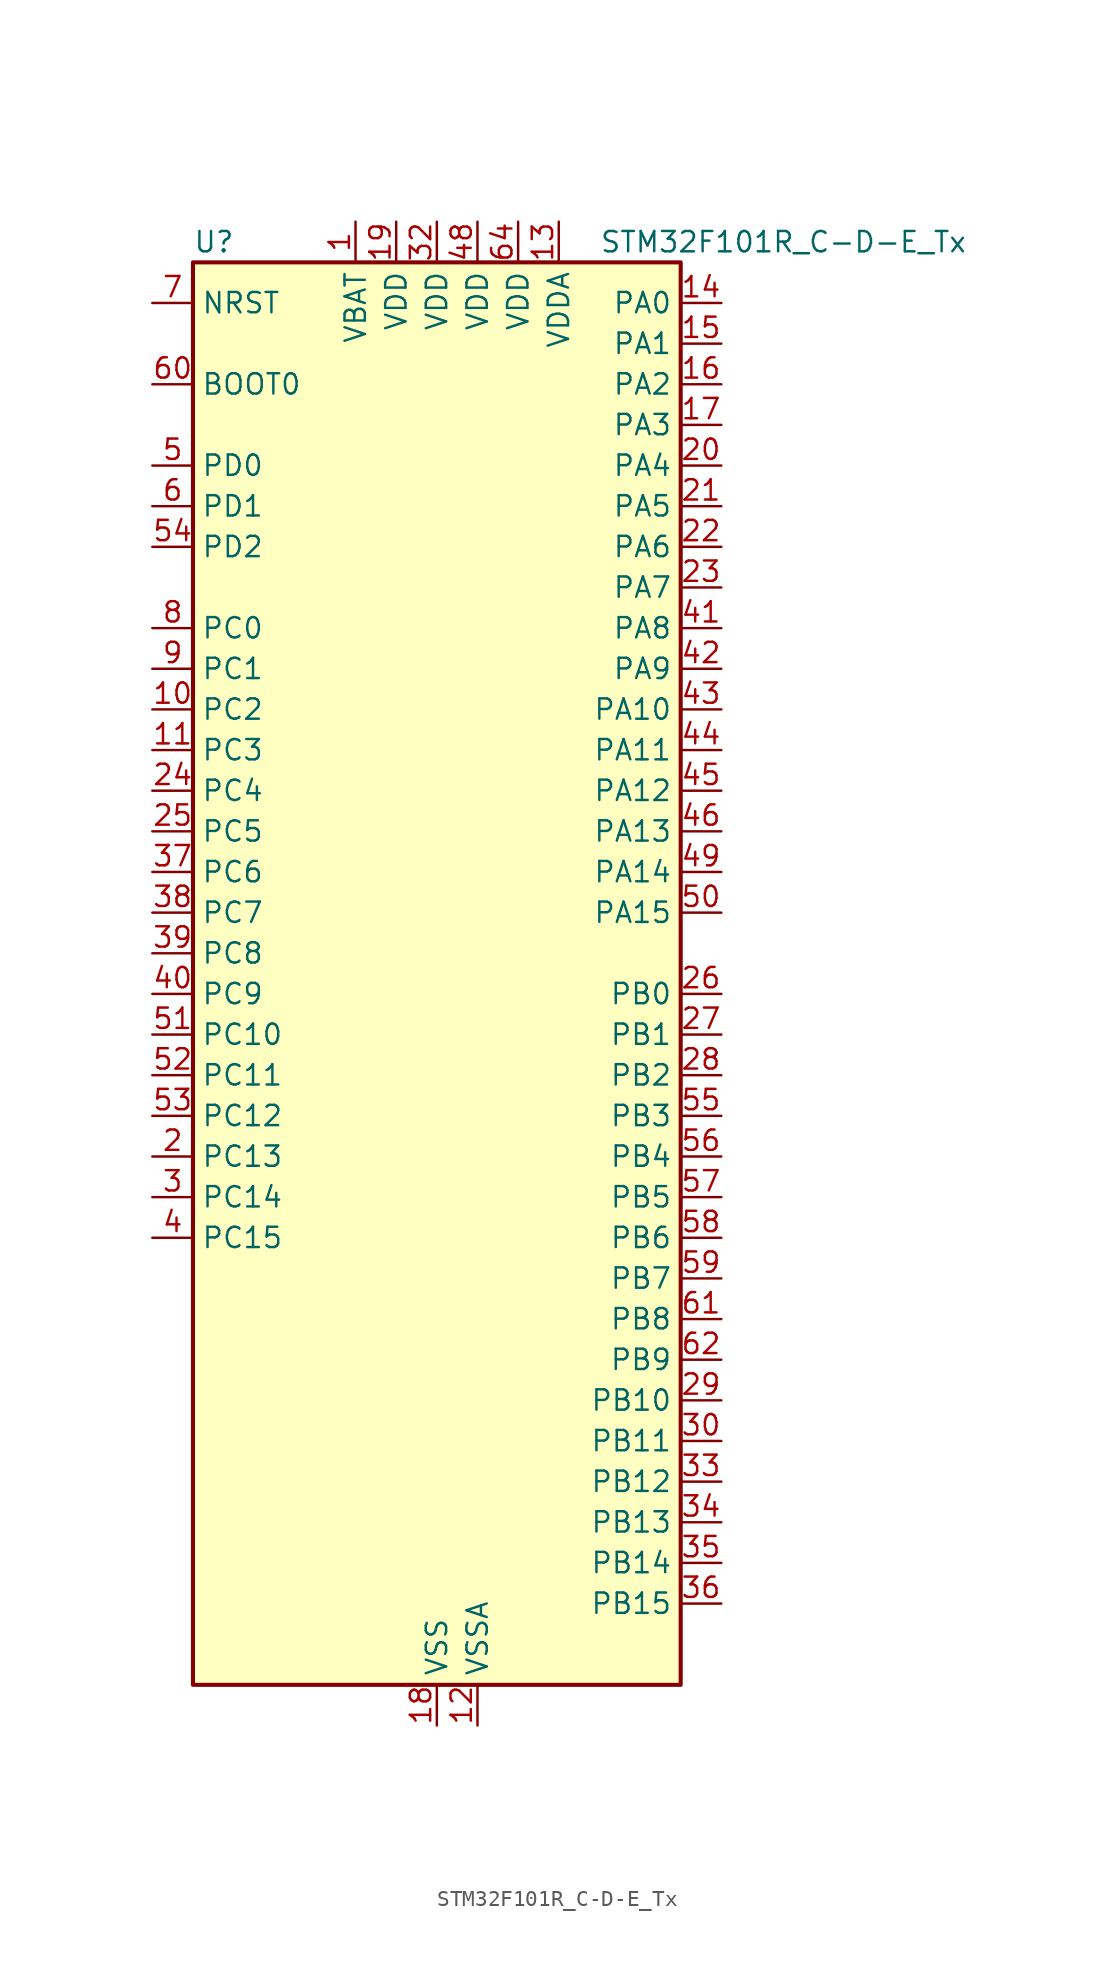
<source format=kicad_sym>
(kicad_symbol_lib
  (version 20220914)
  (generator kicad_symbol_editor)
  (symbol "STM32F101R_C-D-E_Tx"
    (property "Reference" "U"
      (at -15.24 46.99 0)
      (effects (font (size 1.27 1.27)) (justify left)))
    (property "Value" "STM32F101R_C-D-E_Tx"
      (at 10.16 46.99 0)
      (effects (font (size 1.27 1.27)) (justify left)))
    (property "ki_locked" ""
      (at 0 0 0)
      (effects (font (size 1.27 1.27))))
    (symbol "STM32F101R_C-D-E_Tx_0_1"
      (rectangle (start -15.24 -43.18) (end 15.24 45.72) (stroke (width 0.254) (type default)) (fill (type background))))
    (symbol "STM32F101R_C-D-E_Tx_1_1"
      (pin power_in line (at -5.08 48.26 270) (length 2.54) (name "VBAT" (effects (font (size 1.27 1.27)))) (number "1" (effects (font (size 1.27 1.27)))))
      (pin bidirectional line (at -17.78 17.78 0) (length 2.54) (name "PC2" (effects (font (size 1.27 1.27)))) (number "10" (effects (font (size 1.27 1.27)))) (alternate "ADC1_IN12" bidirectional line))
      (pin bidirectional line (at -17.78 15.24 0) (length 2.54) (name "PC3" (effects (font (size 1.27 1.27)))) (number "11" (effects (font (size 1.27 1.27)))) (alternate "ADC1_IN13" bidirectional line))
      (pin power_in line (at 2.54 -45.72 90) (length 2.54) (name "VSSA" (effects (font (size 1.27 1.27)))) (number "12" (effects (font (size 1.27 1.27)))))
      (pin power_in line (at 7.62 48.26 270) (length 2.54) (name "VDDA" (effects (font (size 1.27 1.27)))) (number "13" (effects (font (size 1.27 1.27)))))
      (pin bidirectional line (at 17.78 43.18 180) (length 2.54) (name "PA0" (effects (font (size 1.27 1.27)))) (number "14" (effects (font (size 1.27 1.27)))) (alternate "ADC1_IN0" bidirectional line) (alternate "SYS_WKUP" bidirectional line) (alternate "TIM2_CH1" bidirectional line) (alternate "TIM2_ETR" bidirectional line) (alternate "TIM5_CH1" bidirectional line) (alternate "USART2_CTS" bidirectional line))
      (pin bidirectional line (at 17.78 40.64 180) (length 2.54) (name "PA1" (effects (font (size 1.27 1.27)))) (number "15" (effects (font (size 1.27 1.27)))) (alternate "ADC1_IN1" bidirectional line) (alternate "TIM2_CH2" bidirectional line) (alternate "TIM5_CH2" bidirectional line) (alternate "USART2_RTS" bidirectional line))
      (pin bidirectional line (at 17.78 38.1 180) (length 2.54) (name "PA2" (effects (font (size 1.27 1.27)))) (number "16" (effects (font (size 1.27 1.27)))) (alternate "ADC1_IN2" bidirectional line) (alternate "TIM2_CH3" bidirectional line) (alternate "TIM5_CH3" bidirectional line) (alternate "USART2_TX" bidirectional line))
      (pin bidirectional line (at 17.78 35.56 180) (length 2.54) (name "PA3" (effects (font (size 1.27 1.27)))) (number "17" (effects (font (size 1.27 1.27)))) (alternate "ADC1_IN3" bidirectional line) (alternate "TIM2_CH4" bidirectional line) (alternate "TIM5_CH4" bidirectional line) (alternate "USART2_RX" bidirectional line))
      (pin power_in line (at 0 -45.72 90) (length 2.54) (name "VSS" (effects (font (size 1.27 1.27)))) (number "18" (effects (font (size 1.27 1.27)))))
      (pin power_in line (at -2.54 48.26 270) (length 2.54) (name "VDD" (effects (font (size 1.27 1.27)))) (number "19" (effects (font (size 1.27 1.27)))))
      (pin bidirectional line (at -17.78 -10.16 0) (length 2.54) (name "PC13" (effects (font (size 1.27 1.27)))) (number "2" (effects (font (size 1.27 1.27)))) (alternate "RTC_OUT" bidirectional line) (alternate "RTC_TAMPER" bidirectional line))
      (pin bidirectional line (at 17.78 33.02 180) (length 2.54) (name "PA4" (effects (font (size 1.27 1.27)))) (number "20" (effects (font (size 1.27 1.27)))) (alternate "ADC1_IN4" bidirectional line) (alternate "DAC_OUT1" bidirectional line) (alternate "SPI1_NSS" bidirectional line) (alternate "USART2_CK" bidirectional line))
      (pin bidirectional line (at 17.78 30.48 180) (length 2.54) (name "PA5" (effects (font (size 1.27 1.27)))) (number "21" (effects (font (size 1.27 1.27)))) (alternate "ADC1_IN5" bidirectional line) (alternate "DAC_OUT2" bidirectional line) (alternate "SPI1_SCK" bidirectional line))
      (pin bidirectional line (at 17.78 27.94 180) (length 2.54) (name "PA6" (effects (font (size 1.27 1.27)))) (number "22" (effects (font (size 1.27 1.27)))) (alternate "ADC1_IN6" bidirectional line) (alternate "SPI1_MISO" bidirectional line) (alternate "TIM3_CH1" bidirectional line))
      (pin bidirectional line (at 17.78 25.4 180) (length 2.54) (name "PA7" (effects (font (size 1.27 1.27)))) (number "23" (effects (font (size 1.27 1.27)))) (alternate "ADC1_IN7" bidirectional line) (alternate "SPI1_MOSI" bidirectional line) (alternate "TIM3_CH2" bidirectional line))
      (pin bidirectional line (at -17.78 12.7 0) (length 2.54) (name "PC4" (effects (font (size 1.27 1.27)))) (number "24" (effects (font (size 1.27 1.27)))) (alternate "ADC1_IN14" bidirectional line))
      (pin bidirectional line (at -17.78 10.16 0) (length 2.54) (name "PC5" (effects (font (size 1.27 1.27)))) (number "25" (effects (font (size 1.27 1.27)))) (alternate "ADC1_IN15" bidirectional line))
      (pin bidirectional line (at 17.78 0 180) (length 2.54) (name "PB0" (effects (font (size 1.27 1.27)))) (number "26" (effects (font (size 1.27 1.27)))) (alternate "ADC1_IN8" bidirectional line) (alternate "TIM3_CH3" bidirectional line))
      (pin bidirectional line (at 17.78 -2.54 180) (length 2.54) (name "PB1" (effects (font (size 1.27 1.27)))) (number "27" (effects (font (size 1.27 1.27)))) (alternate "ADC1_IN9" bidirectional line) (alternate "TIM3_CH4" bidirectional line))
      (pin bidirectional line (at 17.78 -5.08 180) (length 2.54) (name "PB2" (effects (font (size 1.27 1.27)))) (number "28" (effects (font (size 1.27 1.27)))))
      (pin bidirectional line (at 17.78 -25.4 180) (length 2.54) (name "PB10" (effects (font (size 1.27 1.27)))) (number "29" (effects (font (size 1.27 1.27)))) (alternate "I2C2_SCL" bidirectional line) (alternate "TIM2_CH3" bidirectional line) (alternate "USART3_TX" bidirectional line))
      (pin bidirectional line (at -17.78 -12.7 0) (length 2.54) (name "PC14" (effects (font (size 1.27 1.27)))) (number "3" (effects (font (size 1.27 1.27)))) (alternate "RCC_OSC32_IN" bidirectional line))
      (pin bidirectional line (at 17.78 -27.94 180) (length 2.54) (name "PB11" (effects (font (size 1.27 1.27)))) (number "30" (effects (font (size 1.27 1.27)))) (alternate "ADC1_EXTI11" bidirectional line) (alternate "I2C2_SDA" bidirectional line) (alternate "TIM2_CH4" bidirectional line) (alternate "USART3_RX" bidirectional line))
      (pin passive line (at 0 -45.72 90) (length 2.54) hide (name "VSS" (effects (font (size 1.27 1.27)))) (number "31" (effects (font (size 1.27 1.27)))))
      (pin power_in line (at 0 48.26 270) (length 2.54) (name "VDD" (effects (font (size 1.27 1.27)))) (number "32" (effects (font (size 1.27 1.27)))))
      (pin bidirectional line (at 17.78 -30.48 180) (length 2.54) (name "PB12" (effects (font (size 1.27 1.27)))) (number "33" (effects (font (size 1.27 1.27)))) (alternate "I2C2_SMBA" bidirectional line) (alternate "SPI2_NSS" bidirectional line) (alternate "USART3_CK" bidirectional line))
      (pin bidirectional line (at 17.78 -33.02 180) (length 2.54) (name "PB13" (effects (font (size 1.27 1.27)))) (number "34" (effects (font (size 1.27 1.27)))) (alternate "SPI2_SCK" bidirectional line) (alternate "USART3_CTS" bidirectional line))
      (pin bidirectional line (at 17.78 -35.56 180) (length 2.54) (name "PB14" (effects (font (size 1.27 1.27)))) (number "35" (effects (font (size 1.27 1.27)))) (alternate "SPI2_MISO" bidirectional line) (alternate "USART3_RTS" bidirectional line))
      (pin bidirectional line (at 17.78 -38.1 180) (length 2.54) (name "PB15" (effects (font (size 1.27 1.27)))) (number "36" (effects (font (size 1.27 1.27)))) (alternate "ADC1_EXTI15" bidirectional line) (alternate "SPI2_MOSI" bidirectional line))
      (pin bidirectional line (at -17.78 7.62 0) (length 2.54) (name "PC6" (effects (font (size 1.27 1.27)))) (number "37" (effects (font (size 1.27 1.27)))) (alternate "TIM3_CH1" bidirectional line))
      (pin bidirectional line (at -17.78 5.08 0) (length 2.54) (name "PC7" (effects (font (size 1.27 1.27)))) (number "38" (effects (font (size 1.27 1.27)))) (alternate "TIM3_CH2" bidirectional line))
      (pin bidirectional line (at -17.78 2.54 0) (length 2.54) (name "PC8" (effects (font (size 1.27 1.27)))) (number "39" (effects (font (size 1.27 1.27)))) (alternate "TIM3_CH3" bidirectional line))
      (pin bidirectional line (at -17.78 -15.24 0) (length 2.54) (name "PC15" (effects (font (size 1.27 1.27)))) (number "4" (effects (font (size 1.27 1.27)))) (alternate "ADC1_EXTI15" bidirectional line) (alternate "RCC_OSC32_OUT" bidirectional line))
      (pin bidirectional line (at -17.78 0 0) (length 2.54) (name "PC9" (effects (font (size 1.27 1.27)))) (number "40" (effects (font (size 1.27 1.27)))) (alternate "DAC_EXTI9" bidirectional line) (alternate "TIM3_CH4" bidirectional line))
      (pin bidirectional line (at 17.78 22.86 180) (length 2.54) (name "PA8" (effects (font (size 1.27 1.27)))) (number "41" (effects (font (size 1.27 1.27)))) (alternate "RCC_MCO" bidirectional line) (alternate "USART1_CK" bidirectional line))
      (pin bidirectional line (at 17.78 20.32 180) (length 2.54) (name "PA9" (effects (font (size 1.27 1.27)))) (number "42" (effects (font (size 1.27 1.27)))) (alternate "DAC_EXTI9" bidirectional line) (alternate "USART1_TX" bidirectional line))
      (pin bidirectional line (at 17.78 17.78 180) (length 2.54) (name "PA10" (effects (font (size 1.27 1.27)))) (number "43" (effects (font (size 1.27 1.27)))) (alternate "USART1_RX" bidirectional line))
      (pin bidirectional line (at 17.78 15.24 180) (length 2.54) (name "PA11" (effects (font (size 1.27 1.27)))) (number "44" (effects (font (size 1.27 1.27)))) (alternate "ADC1_EXTI11" bidirectional line) (alternate "USART1_CTS" bidirectional line))
      (pin bidirectional line (at 17.78 12.7 180) (length 2.54) (name "PA12" (effects (font (size 1.27 1.27)))) (number "45" (effects (font (size 1.27 1.27)))) (alternate "USART1_RTS" bidirectional line))
      (pin bidirectional line (at 17.78 10.16 180) (length 2.54) (name "PA13" (effects (font (size 1.27 1.27)))) (number "46" (effects (font (size 1.27 1.27)))) (alternate "SYS_JTMS-SWDIO" bidirectional line))
      (pin passive line (at 0 -45.72 90) (length 2.54) hide (name "VSS" (effects (font (size 1.27 1.27)))) (number "47" (effects (font (size 1.27 1.27)))))
      (pin power_in line (at 2.54 48.26 270) (length 2.54) (name "VDD" (effects (font (size 1.27 1.27)))) (number "48" (effects (font (size 1.27 1.27)))))
      (pin bidirectional line (at 17.78 7.62 180) (length 2.54) (name "PA14" (effects (font (size 1.27 1.27)))) (number "49" (effects (font (size 1.27 1.27)))) (alternate "SYS_JTCK-SWCLK" bidirectional line))
      (pin bidirectional line (at -17.78 33.02 0) (length 2.54) (name "PD0" (effects (font (size 1.27 1.27)))) (number "5" (effects (font (size 1.27 1.27)))) (alternate "RCC_OSC_IN" bidirectional line))
      (pin bidirectional line (at 17.78 5.08 180) (length 2.54) (name "PA15" (effects (font (size 1.27 1.27)))) (number "50" (effects (font (size 1.27 1.27)))) (alternate "ADC1_EXTI15" bidirectional line) (alternate "SPI1_NSS" bidirectional line) (alternate "SPI3_NSS" bidirectional line) (alternate "SYS_JTDI" bidirectional line) (alternate "TIM2_CH1" bidirectional line) (alternate "TIM2_ETR" bidirectional line))
      (pin bidirectional line (at -17.78 -2.54 0) (length 2.54) (name "PC10" (effects (font (size 1.27 1.27)))) (number "51" (effects (font (size 1.27 1.27)))) (alternate "UART4_TX" bidirectional line) (alternate "USART3_TX" bidirectional line))
      (pin bidirectional line (at -17.78 -5.08 0) (length 2.54) (name "PC11" (effects (font (size 1.27 1.27)))) (number "52" (effects (font (size 1.27 1.27)))) (alternate "ADC1_EXTI11" bidirectional line) (alternate "UART4_RX" bidirectional line) (alternate "USART3_RX" bidirectional line))
      (pin bidirectional line (at -17.78 -7.62 0) (length 2.54) (name "PC12" (effects (font (size 1.27 1.27)))) (number "53" (effects (font (size 1.27 1.27)))) (alternate "UART5_TX" bidirectional line) (alternate "USART3_CK" bidirectional line))
      (pin bidirectional line (at -17.78 27.94 0) (length 2.54) (name "PD2" (effects (font (size 1.27 1.27)))) (number "54" (effects (font (size 1.27 1.27)))) (alternate "TIM3_ETR" bidirectional line) (alternate "UART5_RX" bidirectional line))
      (pin bidirectional line (at 17.78 -7.62 180) (length 2.54) (name "PB3" (effects (font (size 1.27 1.27)))) (number "55" (effects (font (size 1.27 1.27)))) (alternate "SPI1_SCK" bidirectional line) (alternate "SPI3_SCK" bidirectional line) (alternate "SYS_JTDO-TRACESWO" bidirectional line) (alternate "TIM2_CH2" bidirectional line))
      (pin bidirectional line (at 17.78 -10.16 180) (length 2.54) (name "PB4" (effects (font (size 1.27 1.27)))) (number "56" (effects (font (size 1.27 1.27)))) (alternate "SPI1_MISO" bidirectional line) (alternate "SPI3_MISO" bidirectional line) (alternate "SYS_NJTRST" bidirectional line) (alternate "TIM3_CH1" bidirectional line))
      (pin bidirectional line (at 17.78 -12.7 180) (length 2.54) (name "PB5" (effects (font (size 1.27 1.27)))) (number "57" (effects (font (size 1.27 1.27)))) (alternate "I2C1_SMBA" bidirectional line) (alternate "SPI1_MOSI" bidirectional line) (alternate "SPI3_MOSI" bidirectional line) (alternate "TIM3_CH2" bidirectional line))
      (pin bidirectional line (at 17.78 -15.24 180) (length 2.54) (name "PB6" (effects (font (size 1.27 1.27)))) (number "58" (effects (font (size 1.27 1.27)))) (alternate "I2C1_SCL" bidirectional line) (alternate "TIM4_CH1" bidirectional line) (alternate "USART1_TX" bidirectional line))
      (pin bidirectional line (at 17.78 -17.78 180) (length 2.54) (name "PB7" (effects (font (size 1.27 1.27)))) (number "59" (effects (font (size 1.27 1.27)))) (alternate "I2C1_SDA" bidirectional line) (alternate "TIM4_CH2" bidirectional line) (alternate "USART1_RX" bidirectional line))
      (pin bidirectional line (at -17.78 30.48 0) (length 2.54) (name "PD1" (effects (font (size 1.27 1.27)))) (number "6" (effects (font (size 1.27 1.27)))) (alternate "RCC_OSC_OUT" bidirectional line))
      (pin input line (at -17.78 38.1 0) (length 2.54) (name "BOOT0" (effects (font (size 1.27 1.27)))) (number "60" (effects (font (size 1.27 1.27)))))
      (pin bidirectional line (at 17.78 -20.32 180) (length 2.54) (name "PB8" (effects (font (size 1.27 1.27)))) (number "61" (effects (font (size 1.27 1.27)))) (alternate "I2C1_SCL" bidirectional line) (alternate "TIM4_CH3" bidirectional line))
      (pin bidirectional line (at 17.78 -22.86 180) (length 2.54) (name "PB9" (effects (font (size 1.27 1.27)))) (number "62" (effects (font (size 1.27 1.27)))) (alternate "DAC_EXTI9" bidirectional line) (alternate "I2C1_SDA" bidirectional line) (alternate "TIM4_CH4" bidirectional line))
      (pin passive line (at 0 -45.72 90) (length 2.54) hide (name "VSS" (effects (font (size 1.27 1.27)))) (number "63" (effects (font (size 1.27 1.27)))))
      (pin power_in line (at 5.08 48.26 270) (length 2.54) (name "VDD" (effects (font (size 1.27 1.27)))) (number "64" (effects (font (size 1.27 1.27)))))
      (pin input line (at -17.78 43.18 0) (length 2.54) (name "NRST" (effects (font (size 1.27 1.27)))) (number "7" (effects (font (size 1.27 1.27)))))
      (pin bidirectional line (at -17.78 22.86 0) (length 2.54) (name "PC0" (effects (font (size 1.27 1.27)))) (number "8" (effects (font (size 1.27 1.27)))) (alternate "ADC1_IN10" bidirectional line))
      (pin bidirectional line (at -17.78 20.32 0) (length 2.54) (name "PC1" (effects (font (size 1.27 1.27)))) (number "9" (effects (font (size 1.27 1.27)))) (alternate "ADC1_IN11" bidirectional line)))))
</source>
